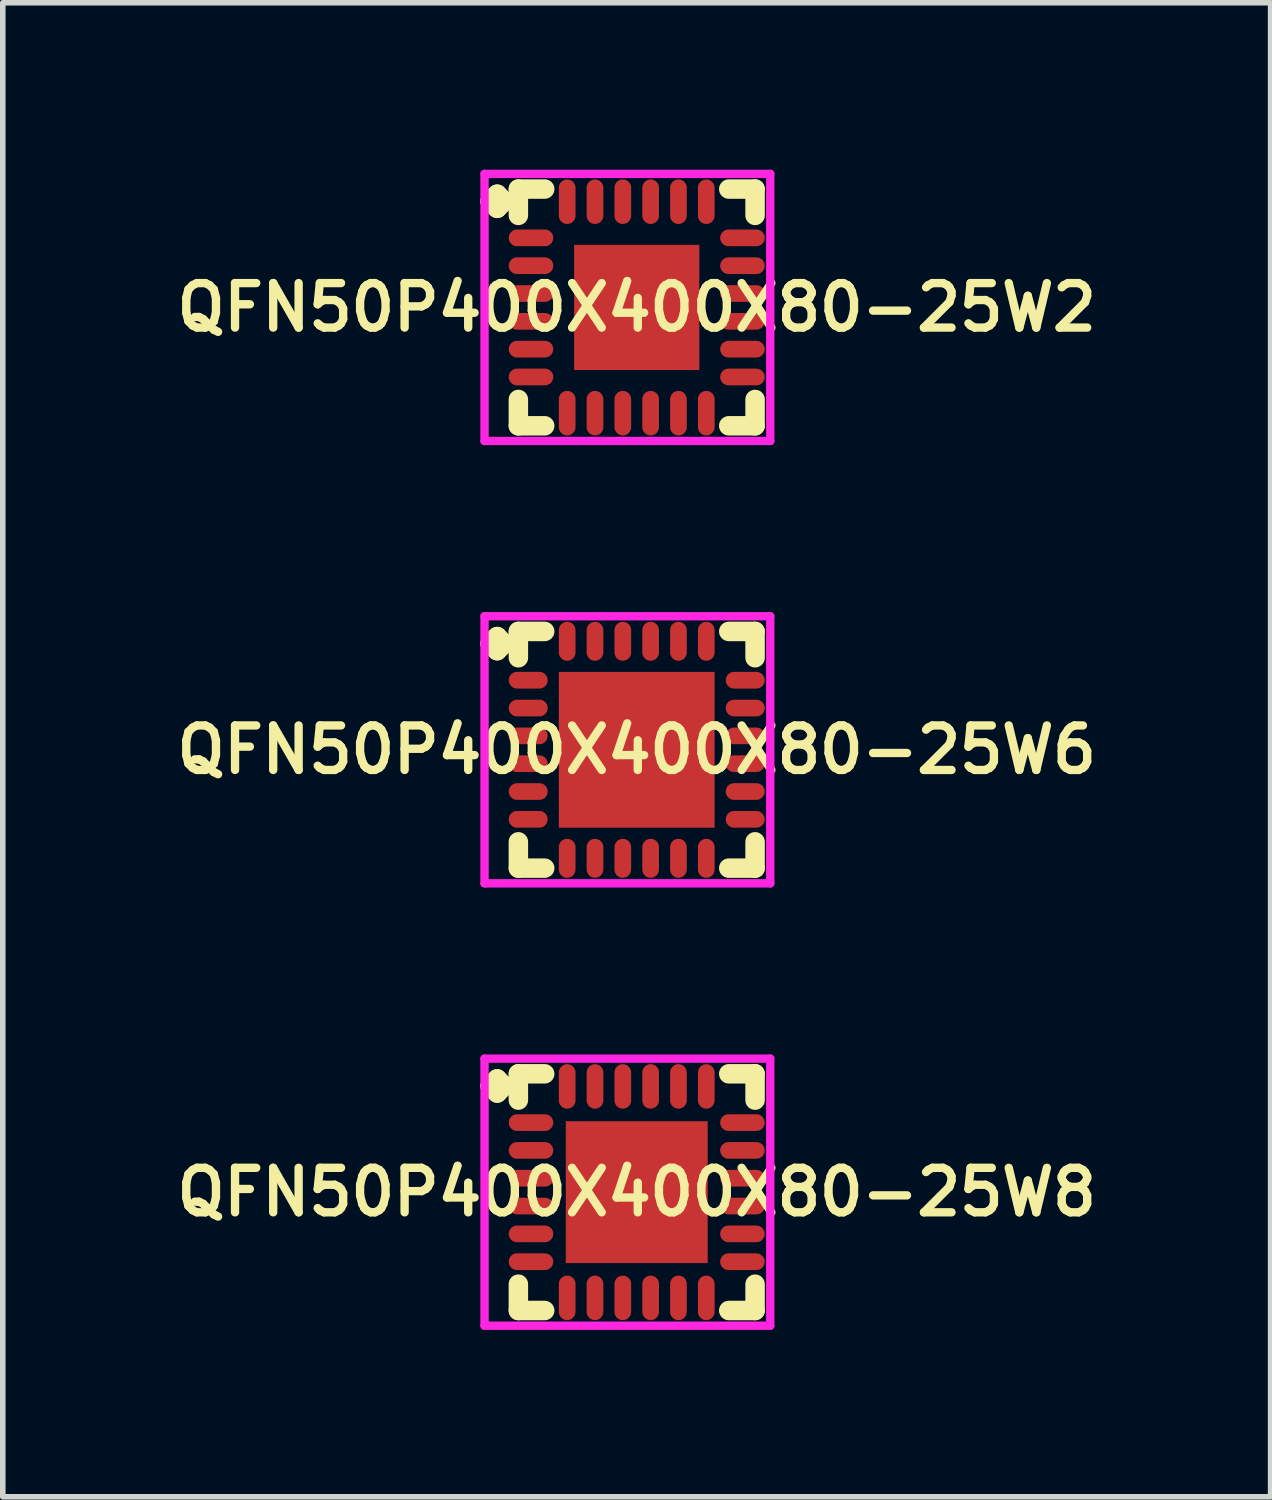
<source format=kicad_pcb>
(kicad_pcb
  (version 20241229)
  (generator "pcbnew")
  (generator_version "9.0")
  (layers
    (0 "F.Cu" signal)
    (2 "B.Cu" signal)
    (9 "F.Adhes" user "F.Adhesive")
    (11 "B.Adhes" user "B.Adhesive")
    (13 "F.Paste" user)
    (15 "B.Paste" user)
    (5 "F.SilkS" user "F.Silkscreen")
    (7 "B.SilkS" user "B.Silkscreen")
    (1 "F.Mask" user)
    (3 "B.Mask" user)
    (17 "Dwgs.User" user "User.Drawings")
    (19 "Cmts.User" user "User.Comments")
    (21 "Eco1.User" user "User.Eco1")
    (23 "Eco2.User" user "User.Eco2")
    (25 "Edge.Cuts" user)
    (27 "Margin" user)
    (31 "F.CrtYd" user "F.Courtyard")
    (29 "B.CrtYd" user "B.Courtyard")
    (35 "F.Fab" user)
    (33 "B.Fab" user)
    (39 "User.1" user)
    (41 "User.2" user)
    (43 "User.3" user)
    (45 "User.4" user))
  (footprint "QFN50P400X400X80-25W6"
    (layer "F.Cu")
    (at 8.393 10.425)
    (property "Reference" "QFN50P400X400X80-25W6" (at 0 0 0) (layer "F.SilkS") (effects (font (size 0.8 0.8) (thickness 0.15))))
    (attr smd)
    (fp_line (start -2.635 -1.908) (end -2.508 -2.035) (stroke (width 0.35) (type solid)) (layer "F.SilkS"))
    (fp_line (start -2.508 -2.035) (end -2.381 -1.908) (stroke (width 0.35) (type solid)) (layer "F.SilkS"))
    (fp_line (start -2.508 -1.781) (end -2.635 -1.908) (stroke (width 0.35) (type solid)) (layer "F.SilkS"))
    (fp_line (start -2.381 -1.908) (end -2.508 -1.781) (stroke (width 0.35) (type solid)) (layer "F.SilkS"))
    (fp_line (start -2.127 -2.127) (end -1.654 -2.127) (stroke (width 0.35) (type solid)) (layer "F.SilkS"))
    (fp_line (start -2.127 -1.654) (end -2.127 -2.127) (stroke (width 0.35) (type solid)) (layer "F.SilkS"))
    (fp_line (start -2.127 1.654) (end -2.127 2.127) (stroke (width 0.35) (type solid)) (layer "F.SilkS"))
    (fp_line (start -2.127 2.127) (end -1.654 2.127) (stroke (width 0.35) (type solid)) (layer "F.SilkS"))
    (fp_line (start 1.654 -2.127) (end 2.127 -2.127) (stroke (width 0.35) (type solid)) (layer "F.SilkS"))
    (fp_line (start 1.654 2.127) (end 2.127 2.127) (stroke (width 0.35) (type solid)) (layer "F.SilkS"))
    (fp_line (start 2.127 -2.127) (end 2.127 -1.654) (stroke (width 0.35) (type solid)) (layer "F.SilkS"))
    (fp_line (start 2.127 2.127) (end 2.127 1.654) (stroke (width 0.35) (type solid)) (layer "F.SilkS"))
    (fp_line (start -2.735 -2.4) (end 2.4 -2.4) (stroke (width 0.15) (type solid)) (layer "F.CrtYd"))
    (fp_line (start -2.735 2.4) (end -2.735 -2.4) (stroke (width 0.15) (type solid)) (layer "F.CrtYd"))
    (fp_line (start 2.4 -2.4) (end 2.4 2.4) (stroke (width 0.15) (type solid)) (layer "F.CrtYd"))
    (fp_line (start 2.4 2.4) (end -2.735 2.4) (stroke (width 0.15) (type solid)) (layer "F.CrtYd"))
    (pad "1" smd oval (at -1.95 -1.25) (size 0.7 0.3) (layers "F.Cu" "F.Mask" "F.Paste"))
    (pad "2" smd oval (at -1.95 -0.75) (size 0.7 0.3) (layers "F.Cu" "F.Mask" "F.Paste"))
    (pad "3" smd oval (at -1.95 -0.25) (size 0.7 0.3) (layers "F.Cu" "F.Mask" "F.Paste"))
    (pad "4" smd oval (at -1.95 0.25) (size 0.7 0.3) (layers "F.Cu" "F.Mask" "F.Paste"))
    (pad "5" smd oval (at -1.95 0.75) (size 0.7 0.3) (layers "F.Cu" "F.Mask" "F.Paste"))
    (pad "6" smd oval (at -1.95 1.25) (size 0.7 0.3) (layers "F.Cu" "F.Mask" "F.Paste"))
    (pad "7" smd oval (at -1.25 1.95) (size 0.3 0.7) (layers "F.Cu" "F.Mask" "F.Paste"))
    (pad "8" smd oval (at -0.75 1.95) (size 0.3 0.7) (layers "F.Cu" "F.Mask" "F.Paste"))
    (pad "9" smd oval (at -0.25 1.95) (size 0.3 0.7) (layers "F.Cu" "F.Mask" "F.Paste"))
    (pad "10" smd oval (at 0.25 1.95) (size 0.3 0.7) (layers "F.Cu" "F.Mask" "F.Paste"))
    (pad "11" smd oval (at 0.75 1.95) (size 0.3 0.7) (layers "F.Cu" "F.Mask" "F.Paste"))
    (pad "12" smd oval (at 1.25 1.95) (size 0.3 0.7) (layers "F.Cu" "F.Mask" "F.Paste"))
    (pad "13" smd oval (at 1.95 1.25) (size 0.7 0.3) (layers "F.Cu" "F.Mask" "F.Paste"))
    (pad "14" smd oval (at 1.95 0.75) (size 0.7 0.3) (layers "F.Cu" "F.Mask" "F.Paste"))
    (pad "15" smd oval (at 1.95 0.25) (size 0.7 0.3) (layers "F.Cu" "F.Mask" "F.Paste"))
    (pad "16" smd oval (at 1.95 -0.25) (size 0.7 0.3) (layers "F.Cu" "F.Mask" "F.Paste"))
    (pad "17" smd oval (at 1.95 -0.75) (size 0.7 0.3) (layers "F.Cu" "F.Mask" "F.Paste"))
    (pad "18" smd oval (at 1.95 -1.25) (size 0.7 0.3) (layers "F.Cu" "F.Mask" "F.Paste"))
    (pad "19" smd oval (at 1.25 -1.95) (size 0.3 0.7) (layers "F.Cu" "F.Mask" "F.Paste"))
    (pad "20" smd oval (at 0.75 -1.95) (size 0.3 0.7) (layers "F.Cu" "F.Mask" "F.Paste"))
    (pad "21" smd oval (at 0.25 -1.95) (size 0.3 0.7) (layers "F.Cu" "F.Mask" "F.Paste"))
    (pad "22" smd oval (at -0.25 -1.95) (size 0.3 0.7) (layers "F.Cu" "F.Mask" "F.Paste"))
    (pad "23" smd oval (at -0.75 -1.95) (size 0.3 0.7) (layers "F.Cu" "F.Mask" "F.Paste"))
    (pad "24" smd oval (at -1.25 -1.95) (size 0.3 0.7) (layers "F.Cu" "F.Mask" "F.Paste"))
    (pad "25" smd rect (at 0 0) (size 2.8 2.8) (layers "F.Cu" "F.Mask" "F.Paste")))
  (footprint "QFN50P400X400X80-25W8"
    (layer "F.Cu")
    (at 8.393 18.375)
    (property "Reference" "QFN50P400X400X80-25W8" (at 0 0 0) (layer "F.SilkS") (effects (font (size 0.8 0.8) (thickness 0.15))))
    (attr smd)
    (fp_line (start -2.635 -1.908) (end -2.508 -2.035) (stroke (width 0.35) (type solid)) (layer "F.SilkS"))
    (fp_line (start -2.508 -2.035) (end -2.381 -1.908) (stroke (width 0.35) (type solid)) (layer "F.SilkS"))
    (fp_line (start -2.508 -1.781) (end -2.635 -1.908) (stroke (width 0.35) (type solid)) (layer "F.SilkS"))
    (fp_line (start -2.381 -1.908) (end -2.508 -1.781) (stroke (width 0.35) (type solid)) (layer "F.SilkS"))
    (fp_line (start -2.127 -2.127) (end -1.654 -2.127) (stroke (width 0.35) (type solid)) (layer "F.SilkS"))
    (fp_line (start -2.127 -1.654) (end -2.127 -2.127) (stroke (width 0.35) (type solid)) (layer "F.SilkS"))
    (fp_line (start -2.127 1.654) (end -2.127 2.127) (stroke (width 0.35) (type solid)) (layer "F.SilkS"))
    (fp_line (start -2.127 2.127) (end -1.654 2.127) (stroke (width 0.35) (type solid)) (layer "F.SilkS"))
    (fp_line (start 1.654 -2.127) (end 2.127 -2.127) (stroke (width 0.35) (type solid)) (layer "F.SilkS"))
    (fp_line (start 1.654 2.127) (end 2.127 2.127) (stroke (width 0.35) (type solid)) (layer "F.SilkS"))
    (fp_line (start 2.127 -2.127) (end 2.127 -1.654) (stroke (width 0.35) (type solid)) (layer "F.SilkS"))
    (fp_line (start 2.127 2.127) (end 2.127 1.654) (stroke (width 0.35) (type solid)) (layer "F.SilkS"))
    (fp_line (start -2.735 -2.4) (end 2.4 -2.4) (stroke (width 0.15) (type solid)) (layer "F.CrtYd"))
    (fp_line (start -2.735 2.4) (end -2.735 -2.4) (stroke (width 0.15) (type solid)) (layer "F.CrtYd"))
    (fp_line (start 2.4 -2.4) (end 2.4 2.4) (stroke (width 0.15) (type solid)) (layer "F.CrtYd"))
    (fp_line (start 2.4 2.4) (end -2.735 2.4) (stroke (width 0.15) (type solid)) (layer "F.CrtYd"))
    (pad "1" smd oval (at -1.9 -1.25) (size 0.8 0.3) (layers "F.Cu" "F.Mask" "F.Paste"))
    (pad "2" smd oval (at -1.9 -0.75) (size 0.8 0.3) (layers "F.Cu" "F.Mask" "F.Paste"))
    (pad "3" smd oval (at -1.9 -0.25) (size 0.8 0.3) (layers "F.Cu" "F.Mask" "F.Paste"))
    (pad "4" smd oval (at -1.9 0.25) (size 0.8 0.3) (layers "F.Cu" "F.Mask" "F.Paste"))
    (pad "5" smd oval (at -1.9 0.75) (size 0.8 0.3) (layers "F.Cu" "F.Mask" "F.Paste"))
    (pad "6" smd oval (at -1.9 1.25) (size 0.8 0.3) (layers "F.Cu" "F.Mask" "F.Paste"))
    (pad "7" smd oval (at -1.25 1.9) (size 0.3 0.8) (layers "F.Cu" "F.Mask" "F.Paste"))
    (pad "8" smd oval (at -0.75 1.9) (size 0.3 0.8) (layers "F.Cu" "F.Mask" "F.Paste"))
    (pad "9" smd oval (at -0.25 1.9) (size 0.3 0.8) (layers "F.Cu" "F.Mask" "F.Paste"))
    (pad "10" smd oval (at 0.25 1.9) (size 0.3 0.8) (layers "F.Cu" "F.Mask" "F.Paste"))
    (pad "11" smd oval (at 0.75 1.9) (size 0.3 0.8) (layers "F.Cu" "F.Mask" "F.Paste"))
    (pad "12" smd oval (at 1.25 1.9) (size 0.3 0.8) (layers "F.Cu" "F.Mask" "F.Paste"))
    (pad "13" smd oval (at 1.9 1.25) (size 0.8 0.3) (layers "F.Cu" "F.Mask" "F.Paste"))
    (pad "14" smd oval (at 1.9 0.75) (size 0.8 0.3) (layers "F.Cu" "F.Mask" "F.Paste"))
    (pad "15" smd oval (at 1.9 0.25) (size 0.8 0.3) (layers "F.Cu" "F.Mask" "F.Paste"))
    (pad "16" smd oval (at 1.9 -0.25) (size 0.8 0.3) (layers "F.Cu" "F.Mask" "F.Paste"))
    (pad "17" smd oval (at 1.9 -0.75) (size 0.8 0.3) (layers "F.Cu" "F.Mask" "F.Paste"))
    (pad "18" smd oval (at 1.9 -1.25) (size 0.8 0.3) (layers "F.Cu" "F.Mask" "F.Paste"))
    (pad "19" smd oval (at 1.25 -1.9) (size 0.3 0.8) (layers "F.Cu" "F.Mask" "F.Paste"))
    (pad "20" smd oval (at 0.75 -1.9) (size 0.3 0.8) (layers "F.Cu" "F.Mask" "F.Paste"))
    (pad "21" smd oval (at 0.25 -1.9) (size 0.3 0.8) (layers "F.Cu" "F.Mask" "F.Paste"))
    (pad "22" smd oval (at -0.25 -1.9) (size 0.3 0.8) (layers "F.Cu" "F.Mask" "F.Paste"))
    (pad "23" smd oval (at -0.75 -1.9) (size 0.3 0.8) (layers "F.Cu" "F.Mask" "F.Paste"))
    (pad "24" smd oval (at -1.25 -1.9) (size 0.3 0.8) (layers "F.Cu" "F.Mask" "F.Paste"))
    (pad "25" smd rect (at 0 0) (size 2.55 2.55) (layers "F.Cu" "F.Mask" "F.Paste")))
  (footprint "QFN50P400X400X80-25W2"
    (layer "F.Cu")
    (at 8.393 2.475)
    (property "Reference" "QFN50P400X400X80-25W2" (at 0 0 0) (layer "F.SilkS") (effects (font (size 0.8 0.8) (thickness 0.15))))
    (attr smd)
    (fp_line (start -2.635 -1.908) (end -2.508 -2.035) (stroke (width 0.35) (type solid)) (layer "F.SilkS"))
    (fp_line (start -2.508 -2.035) (end -2.381 -1.908) (stroke (width 0.35) (type solid)) (layer "F.SilkS"))
    (fp_line (start -2.508 -1.781) (end -2.635 -1.908) (stroke (width 0.35) (type solid)) (layer "F.SilkS"))
    (fp_line (start -2.381 -1.908) (end -2.508 -1.781) (stroke (width 0.35) (type solid)) (layer "F.SilkS"))
    (fp_line (start -2.127 -2.127) (end -1.654 -2.127) (stroke (width 0.35) (type solid)) (layer "F.SilkS"))
    (fp_line (start -2.127 -1.654) (end -2.127 -2.127) (stroke (width 0.35) (type solid)) (layer "F.SilkS"))
    (fp_line (start -2.127 1.654) (end -2.127 2.127) (stroke (width 0.35) (type solid)) (layer "F.SilkS"))
    (fp_line (start -2.127 2.127) (end -1.654 2.127) (stroke (width 0.35) (type solid)) (layer "F.SilkS"))
    (fp_line (start 1.654 -2.127) (end 2.127 -2.127) (stroke (width 0.35) (type solid)) (layer "F.SilkS"))
    (fp_line (start 1.654 2.127) (end 2.127 2.127) (stroke (width 0.35) (type solid)) (layer "F.SilkS"))
    (fp_line (start 2.127 -2.127) (end 2.127 -1.654) (stroke (width 0.35) (type solid)) (layer "F.SilkS"))
    (fp_line (start 2.127 2.127) (end 2.127 1.654) (stroke (width 0.35) (type solid)) (layer "F.SilkS"))
    (fp_line (start -2.735 -2.4) (end 2.4 -2.4) (stroke (width 0.15) (type solid)) (layer "F.CrtYd"))
    (fp_line (start -2.735 2.4) (end -2.735 -2.4) (stroke (width 0.15) (type solid)) (layer "F.CrtYd"))
    (fp_line (start 2.4 -2.4) (end 2.4 2.4) (stroke (width 0.15) (type solid)) (layer "F.CrtYd"))
    (fp_line (start 2.4 2.4) (end -2.735 2.4) (stroke (width 0.15) (type solid)) (layer "F.CrtYd"))
    (pad "1" smd oval (at -1.9 -1.25) (size 0.8 0.3) (layers "F.Cu" "F.Mask" "F.Paste"))
    (pad "2" smd oval (at -1.9 -0.75) (size 0.8 0.3) (layers "F.Cu" "F.Mask" "F.Paste"))
    (pad "3" smd oval (at -1.9 -0.25) (size 0.8 0.3) (layers "F.Cu" "F.Mask" "F.Paste"))
    (pad "4" smd oval (at -1.9 0.25) (size 0.8 0.3) (layers "F.Cu" "F.Mask" "F.Paste"))
    (pad "5" smd oval (at -1.9 0.75) (size 0.8 0.3) (layers "F.Cu" "F.Mask" "F.Paste"))
    (pad "6" smd oval (at -1.9 1.25) (size 0.8 0.3) (layers "F.Cu" "F.Mask" "F.Paste"))
    (pad "7" smd oval (at -1.25 1.9) (size 0.3 0.8) (layers "F.Cu" "F.Mask" "F.Paste"))
    (pad "8" smd oval (at -0.75 1.9) (size 0.3 0.8) (layers "F.Cu" "F.Mask" "F.Paste"))
    (pad "9" smd oval (at -0.25 1.9) (size 0.3 0.8) (layers "F.Cu" "F.Mask" "F.Paste"))
    (pad "10" smd oval (at 0.25 1.9) (size 0.3 0.8) (layers "F.Cu" "F.Mask" "F.Paste"))
    (pad "11" smd oval (at 0.75 1.9) (size 0.3 0.8) (layers "F.Cu" "F.Mask" "F.Paste"))
    (pad "12" smd oval (at 1.25 1.9) (size 0.3 0.8) (layers "F.Cu" "F.Mask" "F.Paste"))
    (pad "13" smd oval (at 1.9 1.25) (size 0.8 0.3) (layers "F.Cu" "F.Mask" "F.Paste"))
    (pad "14" smd oval (at 1.9 0.75) (size 0.8 0.3) (layers "F.Cu" "F.Mask" "F.Paste"))
    (pad "15" smd oval (at 1.9 0.25) (size 0.8 0.3) (layers "F.Cu" "F.Mask" "F.Paste"))
    (pad "16" smd oval (at 1.9 -0.25) (size 0.8 0.3) (layers "F.Cu" "F.Mask" "F.Paste"))
    (pad "17" smd oval (at 1.9 -0.75) (size 0.8 0.3) (layers "F.Cu" "F.Mask" "F.Paste"))
    (pad "18" smd oval (at 1.9 -1.25) (size 0.8 0.3) (layers "F.Cu" "F.Mask" "F.Paste"))
    (pad "19" smd oval (at 1.25 -1.9) (size 0.3 0.8) (layers "F.Cu" "F.Mask" "F.Paste"))
    (pad "20" smd oval (at 0.75 -1.9) (size 0.3 0.8) (layers "F.Cu" "F.Mask" "F.Paste"))
    (pad "21" smd oval (at 0.25 -1.9) (size 0.3 0.8) (layers "F.Cu" "F.Mask" "F.Paste"))
    (pad "22" smd oval (at -0.25 -1.9) (size 0.3 0.8) (layers "F.Cu" "F.Mask" "F.Paste"))
    (pad "23" smd oval (at -0.75 -1.9) (size 0.3 0.8) (layers "F.Cu" "F.Mask" "F.Paste"))
    (pad "24" smd oval (at -1.25 -1.9) (size 0.3 0.8) (layers "F.Cu" "F.Mask" "F.Paste"))
    (pad "25" smd rect (at 0 0) (size 2.25 2.25) (layers "F.Cu" "F.Mask" "F.Paste")))
  (gr_rect
    (start -3 -3)
    (end 19.785 23.85)
    (stroke (width 0.1) (type default))
    (fill no)
    (layer "Edge.Cuts")))
</source>
